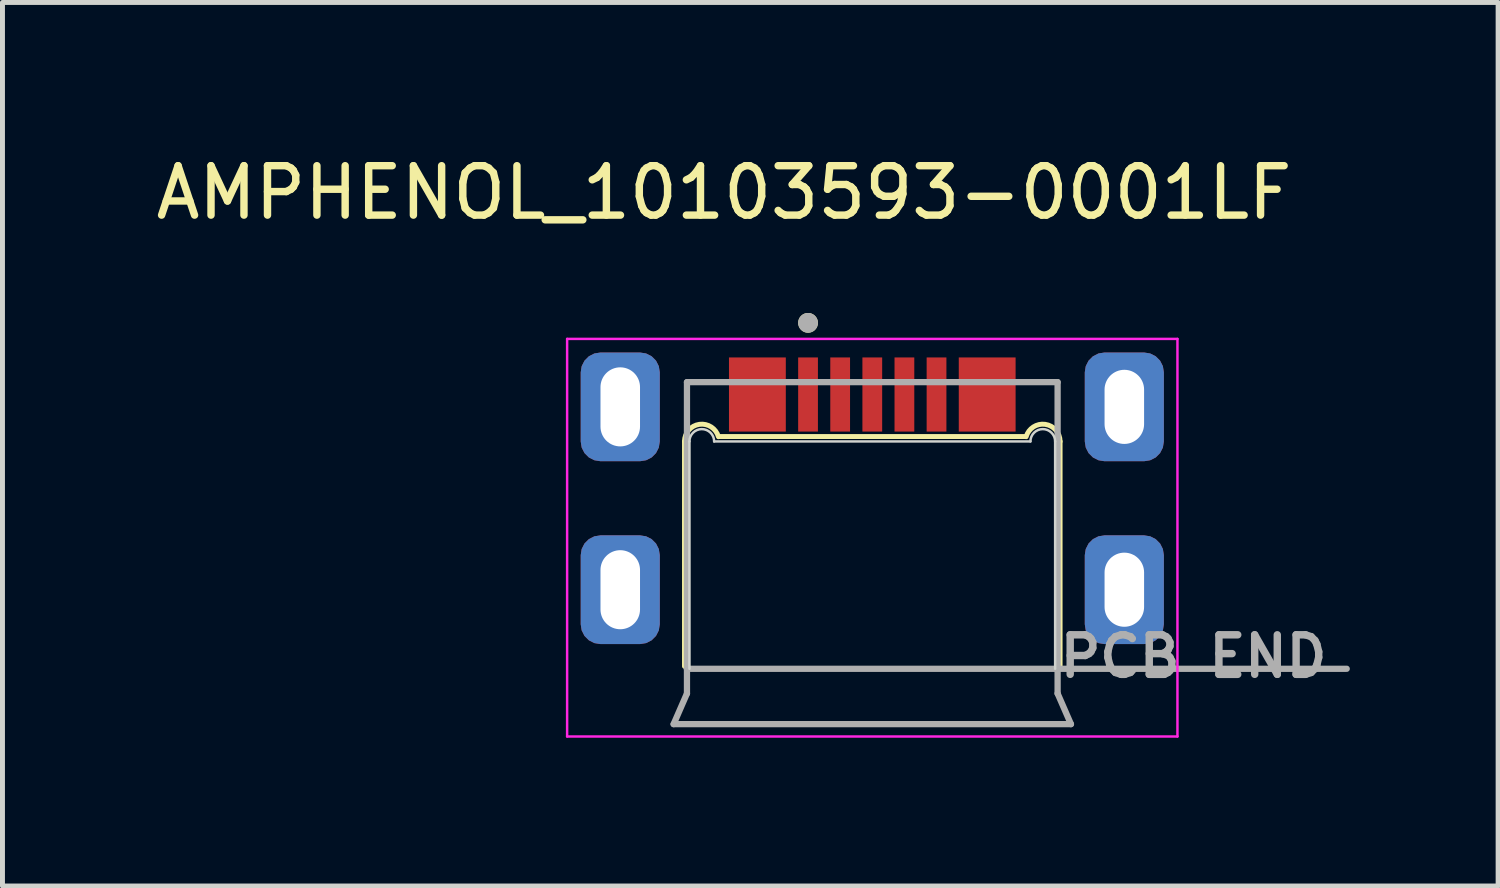
<source format=kicad_pcb>
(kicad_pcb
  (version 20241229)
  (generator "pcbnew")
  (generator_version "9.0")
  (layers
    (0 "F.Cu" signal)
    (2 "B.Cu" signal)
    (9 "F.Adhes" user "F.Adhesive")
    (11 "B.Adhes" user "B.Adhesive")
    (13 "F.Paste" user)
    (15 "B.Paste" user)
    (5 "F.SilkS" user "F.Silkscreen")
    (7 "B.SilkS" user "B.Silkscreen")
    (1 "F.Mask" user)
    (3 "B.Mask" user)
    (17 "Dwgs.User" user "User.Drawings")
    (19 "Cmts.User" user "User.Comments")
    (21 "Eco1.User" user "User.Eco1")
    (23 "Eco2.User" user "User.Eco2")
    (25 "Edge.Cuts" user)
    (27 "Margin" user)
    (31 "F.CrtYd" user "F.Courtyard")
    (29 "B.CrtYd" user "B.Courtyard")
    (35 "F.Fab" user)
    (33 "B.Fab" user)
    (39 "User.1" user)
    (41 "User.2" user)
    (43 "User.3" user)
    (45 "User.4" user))
  (footprint "AMPHENOL_10103593-0001LF"
    (layer "F.Cu")
    (at 14.601 8.883)
    (property "Reference" "AMPHENOL_10103593-0001LF" (at -3 -8.035 0) (layer "F.SilkS") (effects (font (size 1 1) (thickness 0.15))))
    (attr smd)
    (fp_line (start -3.8 1.55) (end -3.8 -3) (stroke (width 0.1) (type default)) (layer "F.SilkS"))
    (fp_line (start -3.1 -3.1) (end 3.1 -3.1) (stroke (width 0.1) (type default)) (layer "F.SilkS"))
    (fp_line (start 3.8 1.55) (end 3.8 -3) (stroke (width 0.1) (type default)) (layer "F.SilkS"))
    (fp_arc (start -3.8 -3) (mid -3.498545 -3.346617) (end -3.113467 -3.096152) (stroke (width 0.1) (type default)) (layer "F.SilkS"))
    (fp_arc (start 3.113467 -3.096152) (mid 3.498545 -3.346617) (end 3.8 -3) (stroke (width 0.1) (type default)) (layer "F.SilkS"))
    (fp_circle (center -1.3 -5.4) (end -1.2 -5.4) (stroke (width 0.2) (type solid)) (fill no) (layer "F.SilkS"))
    (fp_line (start -3.7 1.6) (end -3.7 -3) (stroke (width 0.05) (type solid)) (layer "Edge.Cuts"))
    (fp_line (start -3.2 -3) (end 3.2 -3) (stroke (width 0.05) (type solid)) (layer "Edge.Cuts"))
    (fp_line (start 3.7 -3) (end 3.7 1.6) (stroke (width 0.05) (type solid)) (layer "Edge.Cuts"))
    (fp_arc (start -3.7 -3) (mid -3.45 -3.25) (end -3.2 -3) (stroke (width 0.05) (type default)) (layer "Edge.Cuts"))
    (fp_arc (start 3.2 -3) (mid 3.45 -3.25) (end 3.7 -3) (stroke (width 0.05) (type default)) (layer "Edge.Cuts"))
    (fp_line (start -6.175 -5.075) (end 6.175 -5.075) (stroke (width 0.05) (type solid)) (layer "F.CrtYd"))
    (fp_line (start -6.175 2.97) (end -6.175 -5.075) (stroke (width 0.05) (type solid)) (layer "F.CrtYd"))
    (fp_line (start 6.175 -5.075) (end 6.175 2.97) (stroke (width 0.05) (type solid)) (layer "F.CrtYd"))
    (fp_line (start 6.175 2.97) (end -6.175 2.97) (stroke (width 0.05) (type solid)) (layer "F.CrtYd"))
    (fp_line (start -4.02 2.72) (end 4.02 2.72) (stroke (width 0.127) (type solid)) (layer "F.Fab"))
    (fp_line (start -3.75 -4.2) (end 3.75 -4.2) (stroke (width 0.127) (type solid)) (layer "F.Fab"))
    (fp_line (start -3.75 1.6) (end -3.75 -4.2) (stroke (width 0.127) (type solid)) (layer "F.Fab"))
    (fp_line (start -3.75 1.6) (end 9.6 1.6) (stroke (width 0.127) (type solid)) (layer "F.Fab"))
    (fp_line (start -3.75 2.1) (end -4.02 2.72) (stroke (width 0.127) (type solid)) (layer "F.Fab"))
    (fp_line (start -3.75 2.1) (end -3.75 1.6) (stroke (width 0.127) (type solid)) (layer "F.Fab"))
    (fp_line (start 3.75 -4.2) (end 3.75 2.1) (stroke (width 0.127) (type solid)) (layer "F.Fab"))
    (fp_line (start 4.02 2.72) (end 3.75 2.1) (stroke (width 0.127) (type solid)) (layer "F.Fab"))
    (fp_circle (center -1.3 -5.4) (end -1.2 -5.4) (stroke (width 0.2) (type solid)) (fill no) (layer "F.Fab"))
    (fp_text user "PCB END" (at 6.5 1.35 0) (layer "F.Fab") (effects (font (size 0.8 0.8) (thickness 0.15))))
    (pad "1" smd rect (at -1.3 -3.95) (size 0.4 1.5) (layers "F.Cu" "F.Mask" "F.Paste"))
    (pad "2" smd rect (at -0.65 -3.95) (size 0.4 1.5) (layers "F.Cu" "F.Mask" "F.Paste"))
    (pad "3" smd rect (at 0 -3.95) (size 0.4 1.5) (layers "F.Cu" "F.Mask" "F.Paste"))
    (pad "4" smd rect (at 0.65 -3.95) (size 0.4 1.5) (layers "F.Cu" "F.Mask" "F.Paste"))
    (pad "5" smd rect (at 1.3 -3.95) (size 0.4 1.5) (layers "F.Cu" "F.Mask" "F.Paste"))
    (pad "6" smd rect (at -2.325 -3.95) (size 1.15 1.5) (layers "F.Cu" "F.Mask" "F.Paste"))
    (pad "6" smd rect (at 2.325 -3.95) (size 1.15 1.5) (layers "F.Cu" "F.Mask" "F.Paste"))
    (pad "S3" thru_hole roundrect (at -5.1 -3.7) (size 1.6 2.2) (drill oval 0.8 1.6) (layers "*.Cu") (roundrect_rratio 0.25))
    (pad "S4" thru_hole roundrect (at 5.1 -3.7) (size 1.6 2.2) (drill oval 0.8 1.5) (layers "*.Cu") (roundrect_rratio 0.25))
    (pad "S5" thru_hole roundrect (at -5.1 0) (size 1.6 2.2) (drill oval 0.8 1.6) (layers "*.Cu") (roundrect_rratio 0.25))
    (pad "S6" thru_hole roundrect (at 5.1 0) (size 1.6 2.2) (drill oval 0.8 1.5) (layers "*.Cu") (roundrect_rratio 0.25)))
  (gr_rect
    (start -3 -3)
    (end 27.265 14.878)
    (stroke (width 0.1) (type default))
    (fill no)
    (layer "Edge.Cuts")))
</source>
